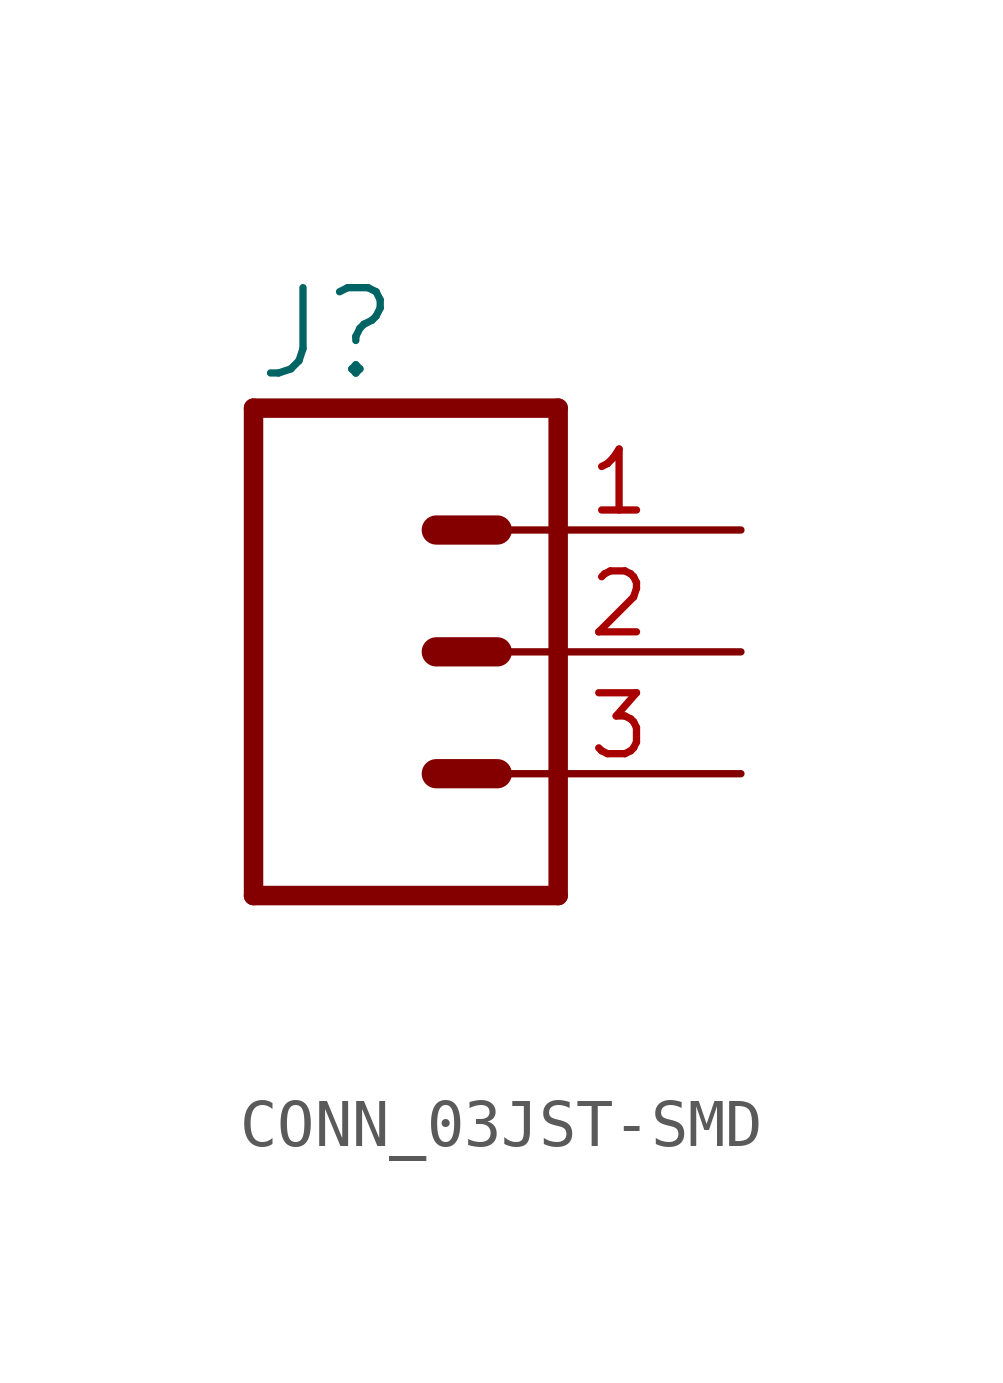
<source format=kicad_sym>
(kicad_symbol_lib
  (version 20220914)
  (generator kicad_symbol_editor)
  (symbol "CONN_03JST-SMD"
    (property "Reference" "J"
      (at -2.54 5.588 0)
      (effects (font (size 1.778 1.778)) (justify left bottom)))
    (property "Value" ""
      (at -2.54 -7.366 0)
      (effects (font (size 1.778 1.778)) (justify left bottom)))
    (property "ki_locked" ""
      (at 0 0 0)
      (effects (font (size 1.27 1.27))))
    (symbol "CONN_03JST-SMD_1_0"
      (polyline (pts (xy -2.54 5.08) (xy -2.54 -5.08)) (stroke (width 0.406) (type solid)) (fill (type none)))
      (polyline (pts (xy -2.54 5.08) (xy 3.81 5.08)) (stroke (width 0.406) (type solid)) (fill (type none)))
      (polyline (pts (xy 1.27 -2.54) (xy 2.54 -2.54)) (stroke (width 0.61) (type solid)) (fill (type none)))
      (polyline (pts (xy 1.27 0) (xy 2.54 0)) (stroke (width 0.61) (type solid)) (fill (type none)))
      (polyline (pts (xy 1.27 2.54) (xy 2.54 2.54)) (stroke (width 0.61) (type solid)) (fill (type none)))
      (polyline (pts (xy 3.81 -5.08) (xy -2.54 -5.08)) (stroke (width 0.406) (type solid)) (fill (type none)))
      (polyline (pts (xy 3.81 -5.08) (xy 3.81 5.08)) (stroke (width 0.406) (type solid)) (fill (type none)))
      (pin passive line (at 7.62 2.54 180) (length 5.08) (name "3" (effects (font (size 0 0)))) (number "1" (effects (font (size 1.27 1.27)))))
      (pin passive line (at 7.62 0 180) (length 5.08) (name "2" (effects (font (size 0 0)))) (number "2" (effects (font (size 1.27 1.27)))))
      (pin passive line (at 7.62 -2.54 180) (length 5.08) (name "1" (effects (font (size 0 0)))) (number "3" (effects (font (size 1.27 1.27))))))))
</source>
